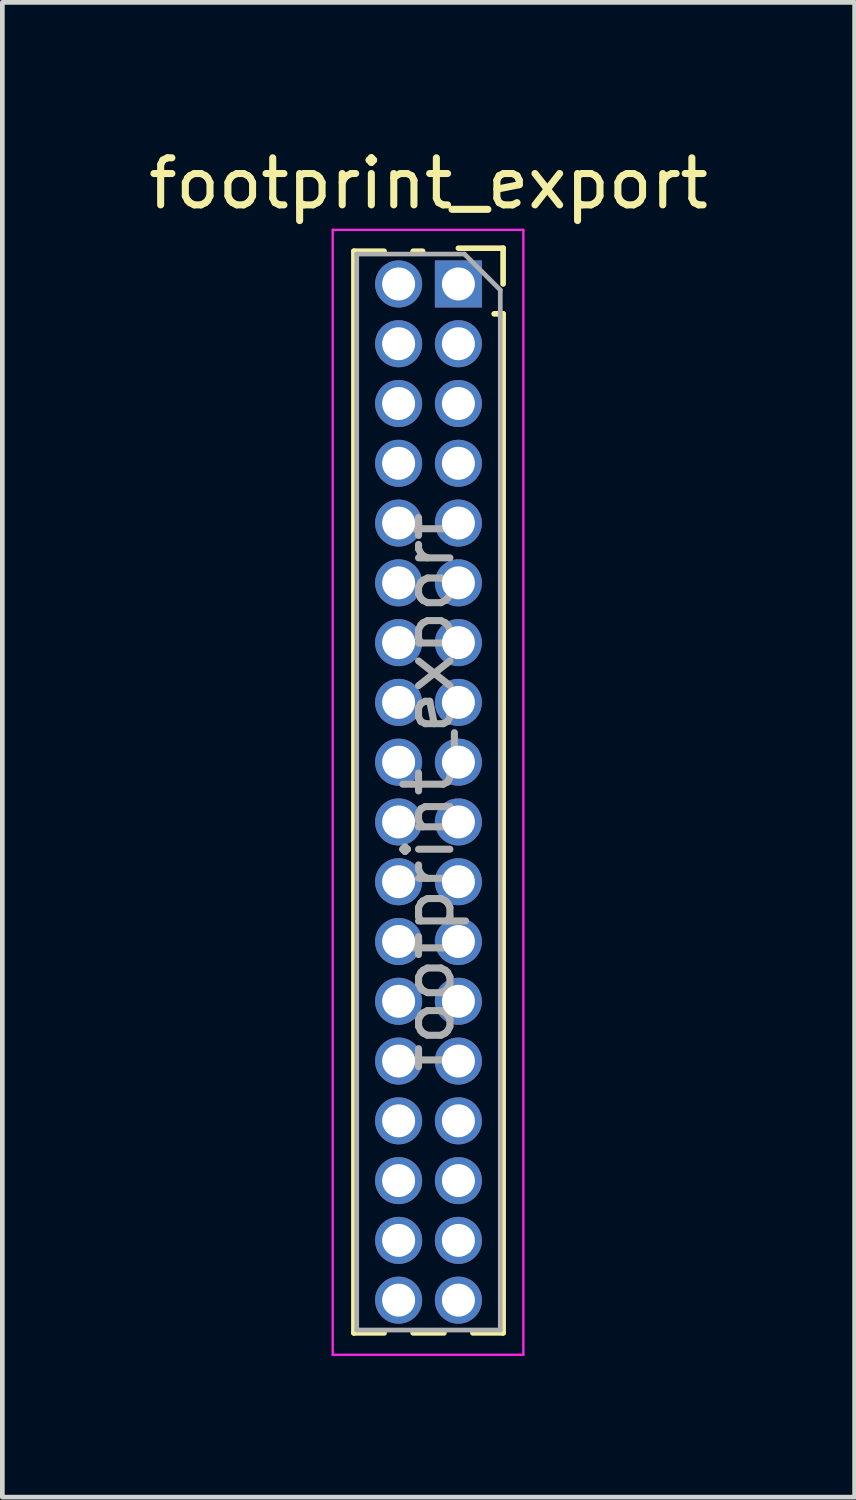
<source format=kicad_pcb>
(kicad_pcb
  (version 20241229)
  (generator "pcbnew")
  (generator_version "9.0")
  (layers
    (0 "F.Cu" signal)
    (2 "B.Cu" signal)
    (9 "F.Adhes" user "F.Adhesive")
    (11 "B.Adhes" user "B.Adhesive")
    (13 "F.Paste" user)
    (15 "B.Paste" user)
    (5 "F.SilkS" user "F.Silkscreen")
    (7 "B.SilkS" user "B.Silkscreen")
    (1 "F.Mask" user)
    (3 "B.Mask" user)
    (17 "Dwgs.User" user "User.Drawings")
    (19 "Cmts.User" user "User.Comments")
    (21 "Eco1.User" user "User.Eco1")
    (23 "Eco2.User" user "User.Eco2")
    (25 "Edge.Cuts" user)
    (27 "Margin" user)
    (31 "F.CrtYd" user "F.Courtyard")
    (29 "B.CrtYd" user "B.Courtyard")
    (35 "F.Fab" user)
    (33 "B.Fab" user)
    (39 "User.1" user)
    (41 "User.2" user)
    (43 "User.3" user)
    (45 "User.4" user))
  (footprint "footprint_export"
    (layer "F.Cu")
    (at 6.689 2.983)
    (property "Reference" "footprint_export" (at -0.635 -2.135 0) (layer "F.SilkS") (effects (font (size 1 1) (thickness 0.15))))
    (attr through_hole)
    (fp_line (start -2.22 -0.695) (end -2.22 22.285) (stroke (width 0.12) (type solid)) (layer "F.SilkS"))
    (fp_line (start -2.22 -0.695) (end -1.578 -0.695) (stroke (width 0.12) (type solid)) (layer "F.SilkS"))
    (fp_line (start -2.22 22.285) (end -1.578 22.285) (stroke (width 0.12) (type solid)) (layer "F.SilkS"))
    (fp_line (start -0.962 -0.695) (end -0.76 -0.695) (stroke (width 0.12) (type solid)) (layer "F.SilkS"))
    (fp_line (start -0.962 22.285) (end -0.308 22.285) (stroke (width 0.12) (type solid)) (layer "F.SilkS"))
    (fp_line (start 0 -0.76) (end 0.95 -0.76) (stroke (width 0.12) (type solid)) (layer "F.SilkS"))
    (fp_line (start 0.308 22.285) (end 0.95 22.285) (stroke (width 0.12) (type solid)) (layer "F.SilkS"))
    (fp_line (start 0.76 0.635) (end 0.95 0.635) (stroke (width 0.12) (type solid)) (layer "F.SilkS"))
    (fp_line (start 0.95 -0.76) (end 0.95 0) (stroke (width 0.12) (type solid)) (layer "F.SilkS"))
    (fp_line (start 0.95 0.635) (end 0.95 22.285) (stroke (width 0.12) (type solid)) (layer "F.SilkS"))
    (fp_line (start -2.67 -1.15) (end 1.38 -1.15) (stroke (width 0.05) (type solid)) (layer "F.CrtYd"))
    (fp_line (start -2.67 22.75) (end -2.67 -1.15) (stroke (width 0.05) (type solid)) (layer "F.CrtYd"))
    (fp_line (start 1.38 -1.15) (end 1.38 22.75) (stroke (width 0.05) (type solid)) (layer "F.CrtYd"))
    (fp_line (start 1.38 22.75) (end -2.67 22.75) (stroke (width 0.05) (type solid)) (layer "F.CrtYd"))
    (fp_line (start -2.16 -0.635) (end 0.128 -0.635) (stroke (width 0.1) (type solid)) (layer "F.Fab"))
    (fp_line (start -2.16 22.225) (end -2.16 -0.635) (stroke (width 0.1) (type solid)) (layer "F.Fab"))
    (fp_line (start 0.128 -0.635) (end 0.89 0.128) (stroke (width 0.1) (type solid)) (layer "F.Fab"))
    (fp_line (start 0.89 0.128) (end 0.89 22.225) (stroke (width 0.1) (type solid)) (layer "F.Fab"))
    (fp_line (start 0.89 22.225) (end -2.16 22.225) (stroke (width 0.1) (type solid)) (layer "F.Fab"))
    (fp_text user "${REFERENCE}" (at -0.635 10.795 90) (layer "F.Fab") (effects (font (size 1 1) (thickness 0.15))))
    (pad "1" thru_hole rect (at 0 0) (size 1 1) (drill 0.7) (layers "*.Cu" "*.Mask"))
    (pad "2" thru_hole oval (at -1.27 0) (size 1 1) (drill 0.7) (layers "*.Cu" "*.Mask"))
    (pad "3" thru_hole oval (at 0 1.27) (size 1 1) (drill 0.7) (layers "*.Cu" "*.Mask"))
    (pad "4" thru_hole oval (at -1.27 1.27) (size 1 1) (drill 0.7) (layers "*.Cu" "*.Mask"))
    (pad "5" thru_hole oval (at 0 2.54) (size 1 1) (drill 0.7) (layers "*.Cu" "*.Mask"))
    (pad "6" thru_hole oval (at -1.27 2.54) (size 1 1) (drill 0.7) (layers "*.Cu" "*.Mask"))
    (pad "7" thru_hole oval (at 0 3.81) (size 1 1) (drill 0.7) (layers "*.Cu" "*.Mask"))
    (pad "8" thru_hole oval (at -1.27 3.81) (size 1 1) (drill 0.7) (layers "*.Cu" "*.Mask"))
    (pad "9" thru_hole oval (at 0 5.08) (size 1 1) (drill 0.7) (layers "*.Cu" "*.Mask"))
    (pad "10" thru_hole oval (at -1.27 5.08) (size 1 1) (drill 0.7) (layers "*.Cu" "*.Mask"))
    (pad "11" thru_hole oval (at 0 6.35) (size 1 1) (drill 0.7) (layers "*.Cu" "*.Mask"))
    (pad "12" thru_hole oval (at -1.27 6.35) (size 1 1) (drill 0.7) (layers "*.Cu" "*.Mask"))
    (pad "13" thru_hole oval (at 0 7.62) (size 1 1) (drill 0.7) (layers "*.Cu" "*.Mask"))
    (pad "14" thru_hole oval (at -1.27 7.62) (size 1 1) (drill 0.7) (layers "*.Cu" "*.Mask"))
    (pad "15" thru_hole oval (at 0 8.89) (size 1 1) (drill 0.7) (layers "*.Cu" "*.Mask"))
    (pad "16" thru_hole oval (at -1.27 8.89) (size 1 1) (drill 0.7) (layers "*.Cu" "*.Mask"))
    (pad "17" thru_hole oval (at 0 10.16) (size 1 1) (drill 0.7) (layers "*.Cu" "*.Mask"))
    (pad "18" thru_hole oval (at -1.27 10.16) (size 1 1) (drill 0.7) (layers "*.Cu" "*.Mask"))
    (pad "19" thru_hole oval (at 0 11.43) (size 1 1) (drill 0.7) (layers "*.Cu" "*.Mask"))
    (pad "20" thru_hole oval (at -1.27 11.43) (size 1 1) (drill 0.7) (layers "*.Cu" "*.Mask"))
    (pad "21" thru_hole oval (at 0 12.7) (size 1 1) (drill 0.7) (layers "*.Cu" "*.Mask"))
    (pad "22" thru_hole oval (at -1.27 12.7) (size 1 1) (drill 0.7) (layers "*.Cu" "*.Mask"))
    (pad "23" thru_hole oval (at 0 13.97) (size 1 1) (drill 0.7) (layers "*.Cu" "*.Mask"))
    (pad "24" thru_hole oval (at -1.27 13.97) (size 1 1) (drill 0.7) (layers "*.Cu" "*.Mask"))
    (pad "25" thru_hole oval (at 0 15.24) (size 1 1) (drill 0.7) (layers "*.Cu" "*.Mask"))
    (pad "26" thru_hole oval (at -1.27 15.24) (size 1 1) (drill 0.7) (layers "*.Cu" "*.Mask"))
    (pad "27" thru_hole oval (at 0 16.51) (size 1 1) (drill 0.7) (layers "*.Cu" "*.Mask"))
    (pad "28" thru_hole oval (at -1.27 16.51) (size 1 1) (drill 0.7) (layers "*.Cu" "*.Mask"))
    (pad "29" thru_hole oval (at 0 17.78) (size 1 1) (drill 0.7) (layers "*.Cu" "*.Mask"))
    (pad "30" thru_hole oval (at -1.27 17.78) (size 1 1) (drill 0.7) (layers "*.Cu" "*.Mask"))
    (pad "31" thru_hole oval (at 0 19.05) (size 1 1) (drill 0.7) (layers "*.Cu" "*.Mask"))
    (pad "32" thru_hole oval (at -1.27 19.05) (size 1 1) (drill 0.7) (layers "*.Cu" "*.Mask"))
    (pad "33" thru_hole oval (at 0 20.32) (size 1 1) (drill 0.7) (layers "*.Cu" "*.Mask"))
    (pad "34" thru_hole oval (at -1.27 20.32) (size 1 1) (drill 0.7) (layers "*.Cu" "*.Mask"))
    (pad "35" thru_hole oval (at 0 21.59) (size 1 1) (drill 0.7) (layers "*.Cu" "*.Mask"))
    (pad "36" thru_hole oval (at -1.27 21.59) (size 1 1) (drill 0.7) (layers "*.Cu" "*.Mask")))
  (gr_rect
    (start -3 -3)
    (end 15.107 28.758)
    (stroke (width 0.1) (type default))
    (fill no)
    (layer "Edge.Cuts")))
</source>
